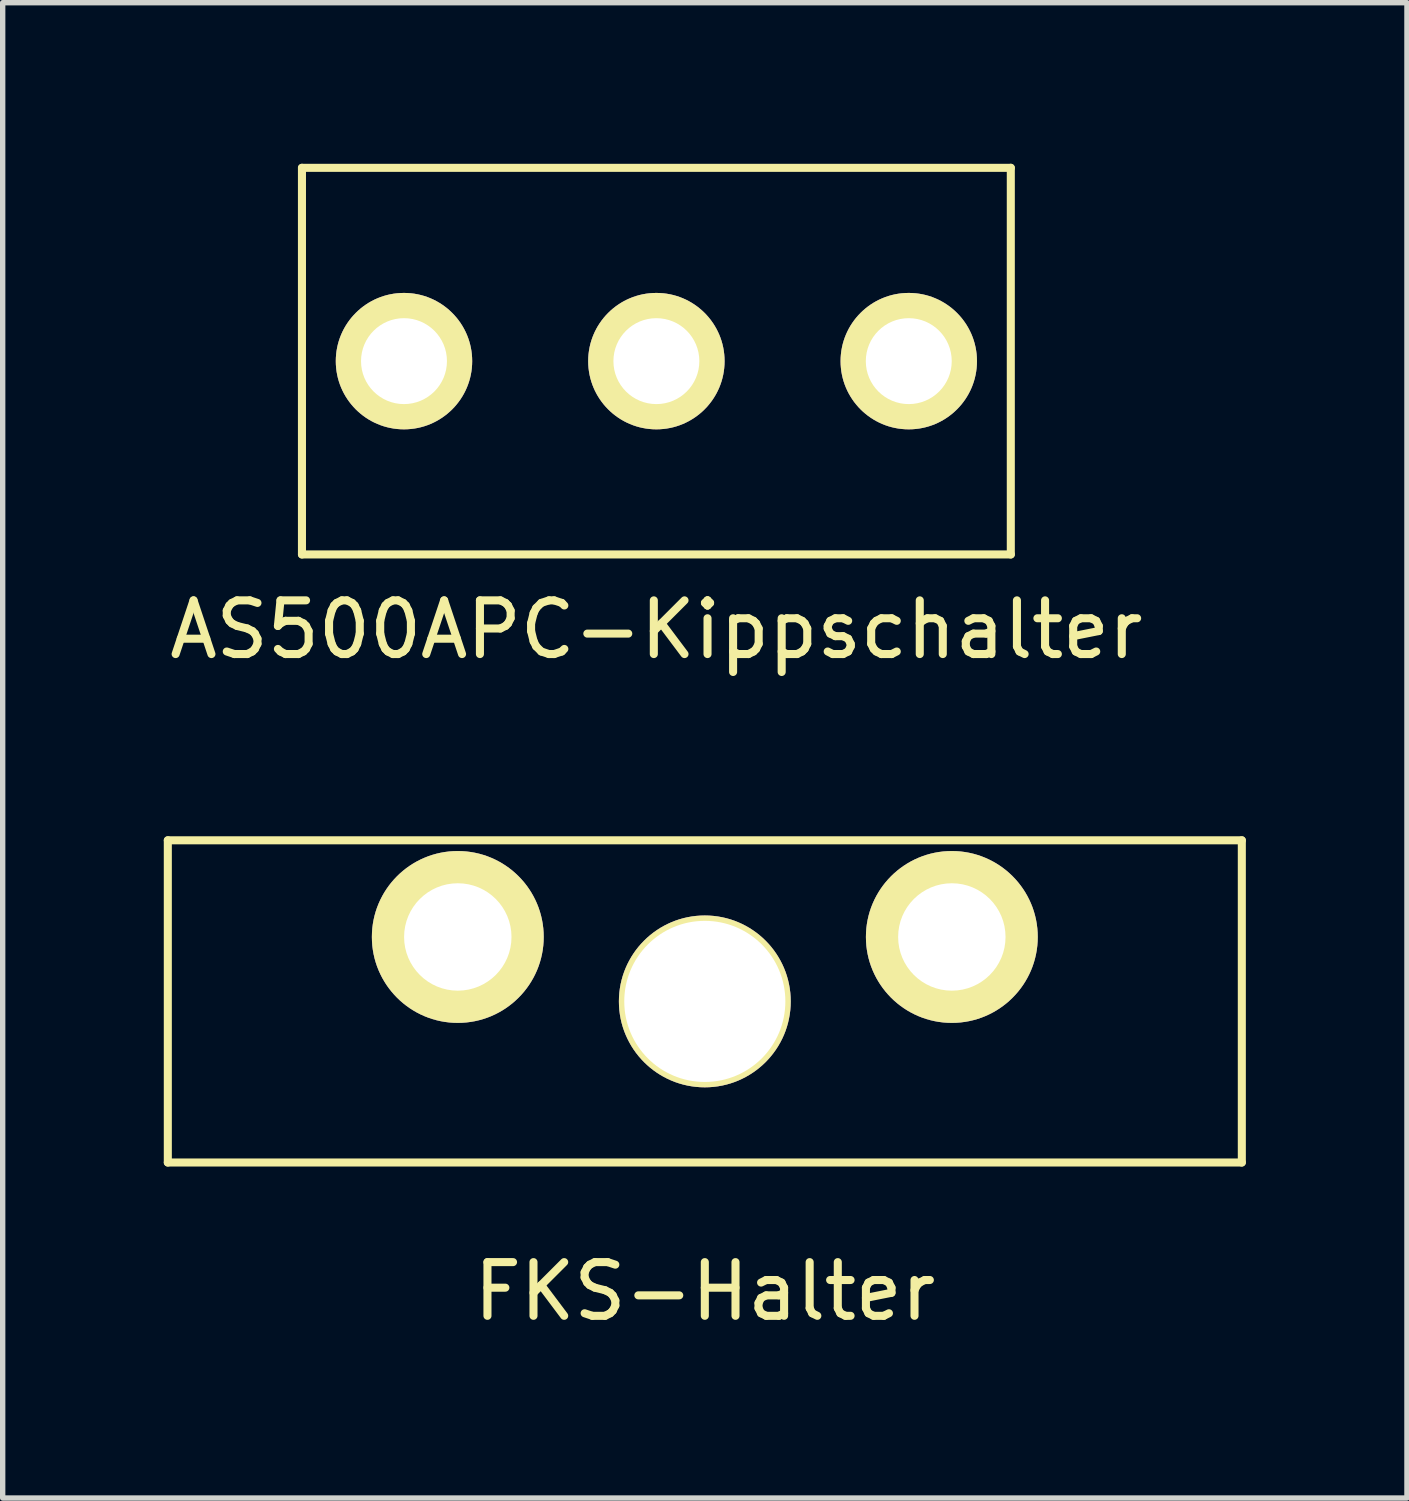
<source format=kicad_pcb>
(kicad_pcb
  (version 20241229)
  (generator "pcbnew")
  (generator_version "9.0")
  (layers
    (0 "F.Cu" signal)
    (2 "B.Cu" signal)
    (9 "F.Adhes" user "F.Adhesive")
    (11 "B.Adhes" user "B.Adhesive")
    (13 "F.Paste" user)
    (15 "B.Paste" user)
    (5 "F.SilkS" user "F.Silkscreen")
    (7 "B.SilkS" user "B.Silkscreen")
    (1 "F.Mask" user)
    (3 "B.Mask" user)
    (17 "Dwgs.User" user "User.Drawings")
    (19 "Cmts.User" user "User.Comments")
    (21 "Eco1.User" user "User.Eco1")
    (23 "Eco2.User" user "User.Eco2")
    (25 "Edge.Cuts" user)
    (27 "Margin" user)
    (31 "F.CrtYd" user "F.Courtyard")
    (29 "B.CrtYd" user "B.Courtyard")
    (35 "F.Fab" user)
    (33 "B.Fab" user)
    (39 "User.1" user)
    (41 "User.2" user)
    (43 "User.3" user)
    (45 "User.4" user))
  (footprint "AS500APC-Kippschalter"
    (layer "F.Cu")
    (at 9.173 3.675)
    (property "Reference" "AS500APC-Kippschalter" (at 0 5 0) (layer "F.SilkS") (effects (font (size 1 1) (thickness 0.15))))
    (attr through_hole)
    (fp_line (start -6.6 -3.6) (end -6.6 3.6) (stroke (width 0.15) (type solid)) (layer "F.SilkS"))
    (fp_line (start -6.6 3.6) (end 6.6 3.6) (stroke (width 0.15) (type solid)) (layer "F.SilkS"))
    (fp_line (start 6.6 -3.6) (end -6.6 -3.6) (stroke (width 0.15) (type solid)) (layer "F.SilkS"))
    (fp_line (start 6.6 3.6) (end 6.6 -3.6) (stroke (width 0.15) (type solid)) (layer "F.SilkS"))
    (pad "1" thru_hole circle (at -4.7 0) (size 2.54 2.54) (drill 1.6) (layers "*.Cu" "*.Mask" "F.SilkS"))
    (pad "2" thru_hole circle (at 0 0) (size 2.54 2.54) (drill 1.6) (layers "*.Cu" "*.Mask" "F.SilkS"))
    (pad "3" thru_hole circle (at 4.7 0) (size 2.54 2.54) (drill 1.6) (layers "*.Cu" "*.Mask" "F.SilkS")))
  (footprint "FKS-Halter"
    (layer "F.Cu")
    (at 10.075 15.598)
    (property "Reference" "FKS-Halter" (at 0 5.4 0) (layer "F.SilkS") (effects (font (size 1 1) (thickness 0.15))))
    (attr through_hole)
    (fp_line (start -10 -3) (end 10 -3) (stroke (width 0.15) (type solid)) (layer "F.SilkS"))
    (fp_line (start -10 3) (end -10 -3) (stroke (width 0.15) (type solid)) (layer "F.SilkS"))
    (fp_line (start 10 -3) (end 10 3) (stroke (width 0.15) (type solid)) (layer "F.SilkS"))
    (fp_line (start 10 3) (end -10 3) (stroke (width 0.15) (type solid)) (layer "F.SilkS"))
    (pad "" thru_hole circle (at 0 0) (size 3.2 3.2) (drill 3) (layers "*.Cu" "*.Mask" "F.SilkS"))
    (pad "1" thru_hole circle (at 4.6 -1.2) (size 3.2 3.2) (drill 2) (layers "*.Cu" "*.Mask" "F.SilkS"))
    (pad "2" thru_hole circle (at -4.6 -1.2) (size 3.2 3.2) (drill 2) (layers "*.Cu" "*.Mask" "F.SilkS")))
  (gr_rect
    (start -3 -3)
    (end 23.15 24.846)
    (stroke (width 0.1) (type default))
    (fill no)
    (layer "Edge.Cuts")))
</source>
